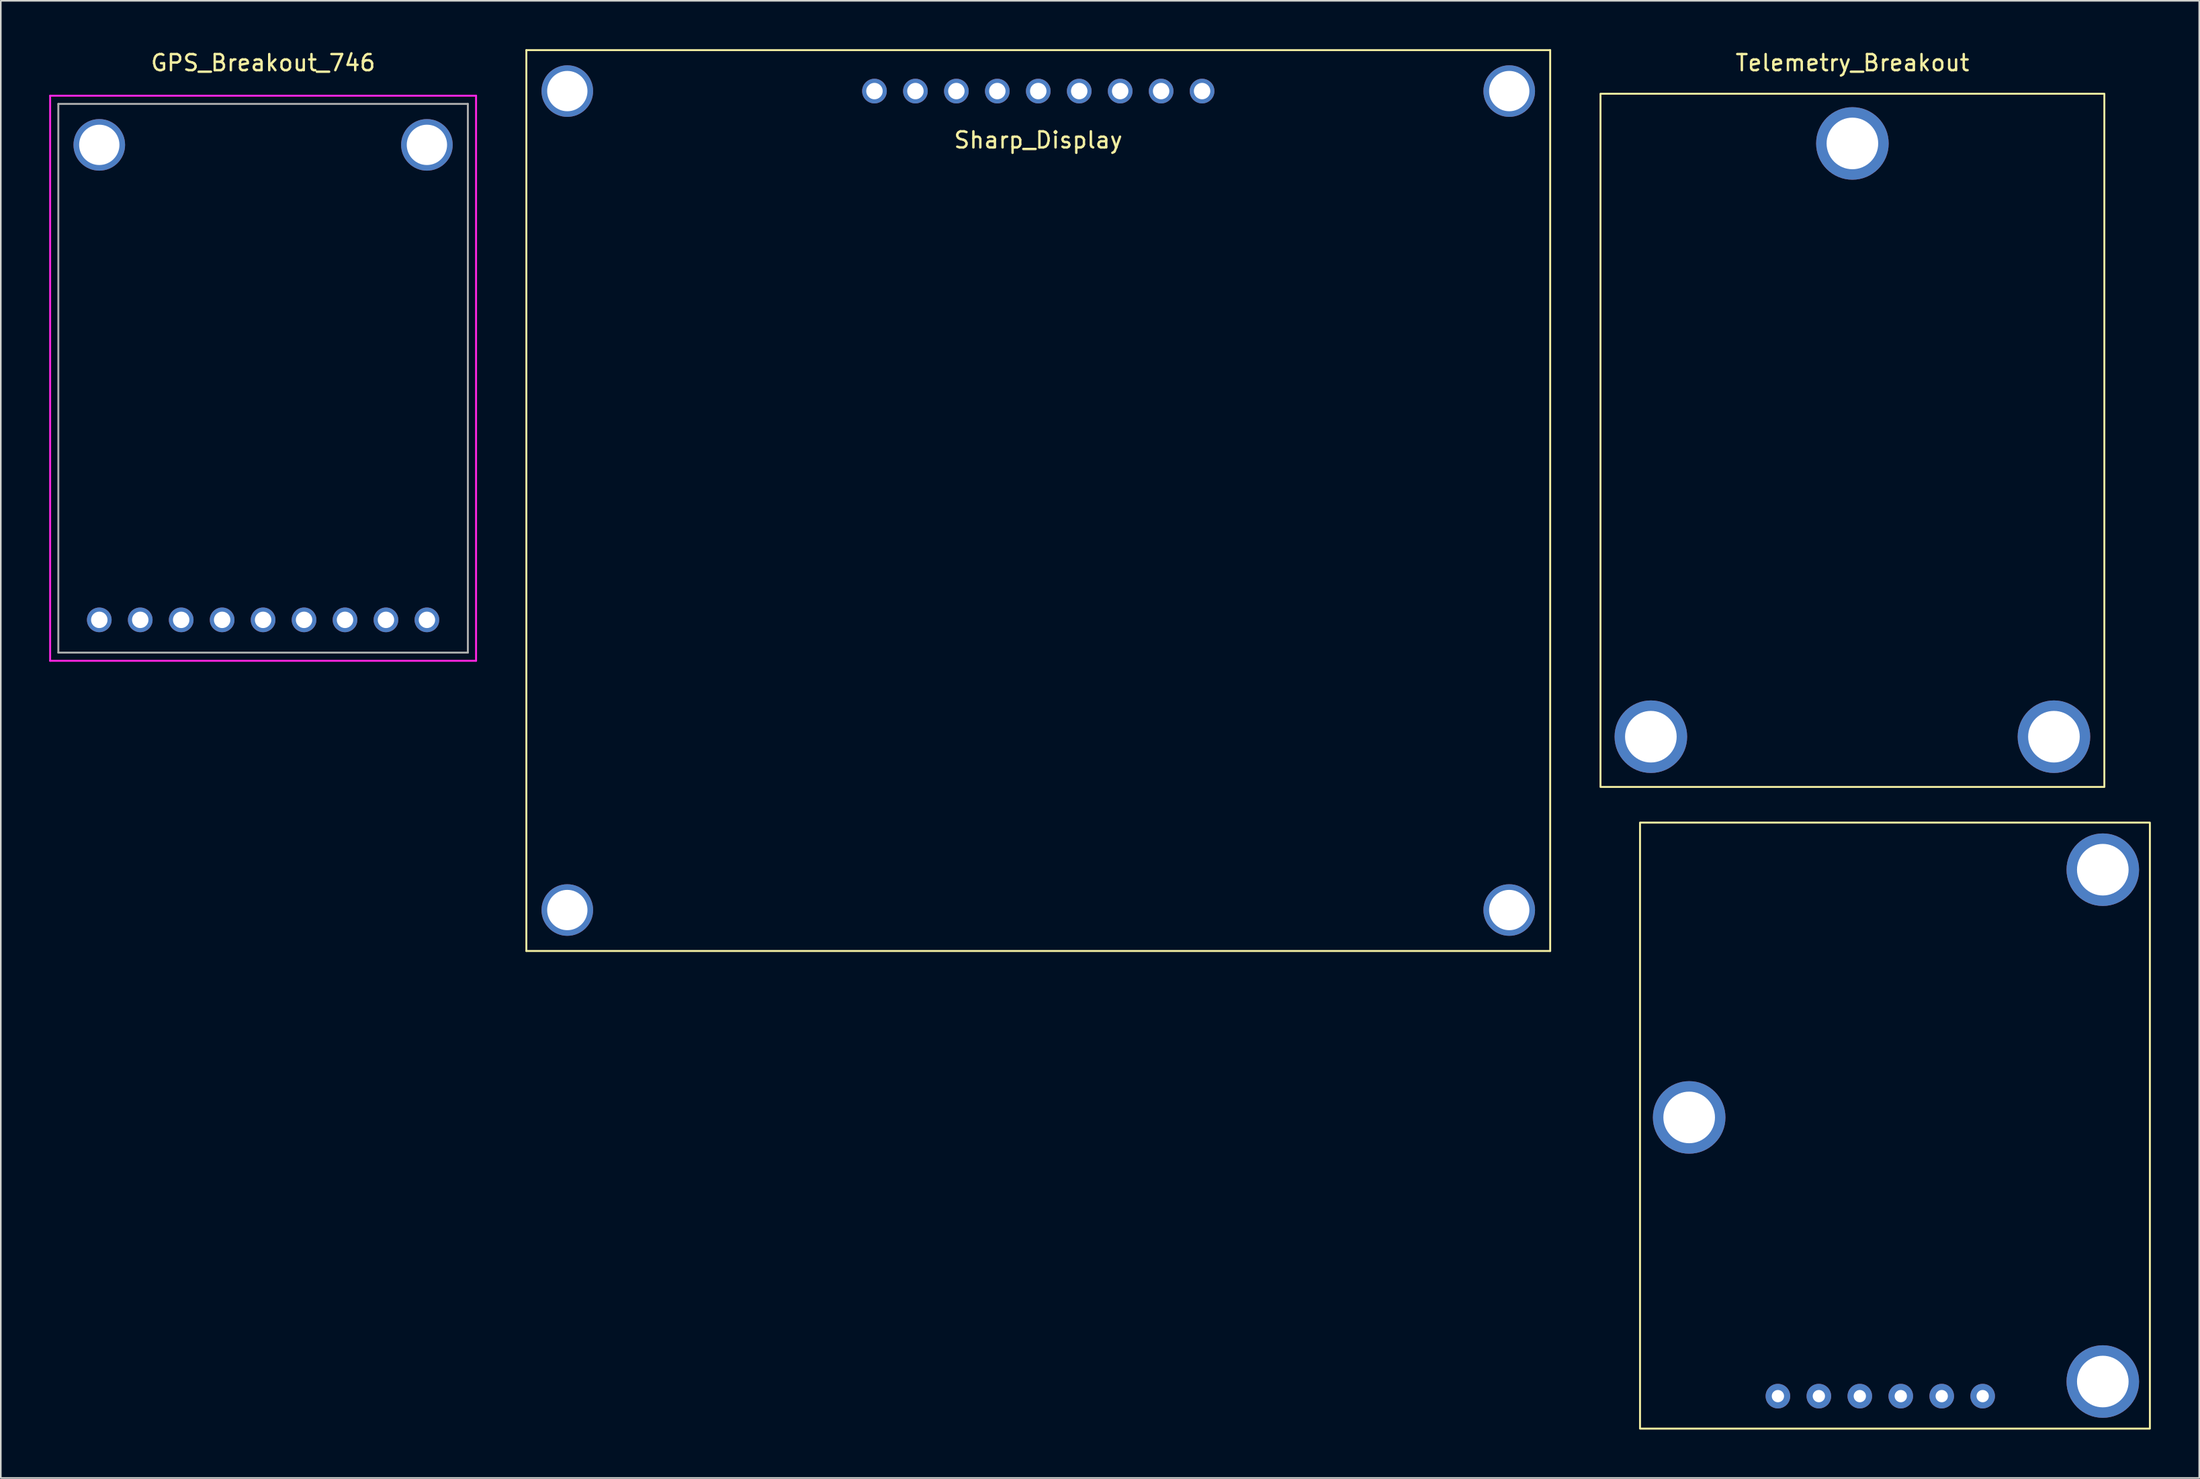
<source format=kicad_pcb>
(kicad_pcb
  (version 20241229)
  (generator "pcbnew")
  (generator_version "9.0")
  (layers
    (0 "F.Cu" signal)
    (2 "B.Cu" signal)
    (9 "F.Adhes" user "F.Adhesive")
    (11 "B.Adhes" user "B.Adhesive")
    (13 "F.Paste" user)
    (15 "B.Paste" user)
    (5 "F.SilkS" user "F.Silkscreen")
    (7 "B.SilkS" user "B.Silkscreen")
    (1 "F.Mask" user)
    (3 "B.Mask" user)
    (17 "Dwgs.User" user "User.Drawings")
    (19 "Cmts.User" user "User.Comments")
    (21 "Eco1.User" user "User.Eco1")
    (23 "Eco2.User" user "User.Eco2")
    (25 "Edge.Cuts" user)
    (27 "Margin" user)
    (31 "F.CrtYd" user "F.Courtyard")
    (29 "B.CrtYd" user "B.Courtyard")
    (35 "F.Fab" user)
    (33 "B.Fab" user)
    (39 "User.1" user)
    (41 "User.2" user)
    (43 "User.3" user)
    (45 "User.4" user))
  (footprint "Telemetry_Breakout"
    (layer "F.Cu")
    (at 111.84 5.848)
    (property "Reference" "Telemetry_Breakout" (at 0.001 -5 180) (layer "F.SilkS") (effects (font (size 1 1) (thickness 0.15))))
    (attr through_hole)
    (fp_rect (start -15.624 39.917) (end 15.626 -3.083) (stroke (width 0.12) (type solid)) (fill no) (layer "F.SilkS"))
    (fp_rect (start -13.172 79.721) (end 18.451 42.129) (stroke (width 0.12) (type solid)) (fill no) (layer "F.SilkS"))
    (pad "" thru_hole circle (at -12.5 36.8 90) (size 4.5 4.5) (drill 3.2) (layers "*.Cu" "*.Mask"))
    (pad "" thru_hole circle (at -10.124 60.417 90) (size 4.5 4.5) (drill 3.2) (layers "*.Cu" "*.Mask"))
    (pad "" thru_hole circle (at 0 0 90) (size 4.5 4.5) (drill 3.2) (layers "*.Cu" "*.Mask"))
    (pad "" thru_hole circle (at 12.5 36.8 90) (size 4.5 4.5) (drill 3.2) (layers "*.Cu" "*.Mask"))
    (pad "" thru_hole circle (at 15.53 45.05 90) (size 4.5 4.5) (drill 3.2) (layers "*.Cu" "*.Mask"))
    (pad "" thru_hole circle (at 15.53 76.8 90) (size 4.5 4.5) (drill 3.2) (layers "*.Cu" "*.Mask"))
    (pad "1" thru_hole circle (at -4.62 77.705 90) (size 1.524 1.524) (drill 0.762) (layers "*.Cu" "*.Mask"))
    (pad "2" thru_hole circle (at -2.08 77.705 90) (size 1.524 1.524) (drill 0.762) (layers "*.Cu" "*.Mask"))
    (pad "3" thru_hole circle (at 0.46 77.705 90) (size 1.524 1.524) (drill 0.762) (layers "*.Cu" "*.Mask"))
    (pad "4" thru_hole circle (at 3 77.705 90) (size 1.524 1.524) (drill 0.762) (layers "*.Cu" "*.Mask"))
    (pad "5" thru_hole circle (at 5.54 77.705 90) (size 1.524 1.524) (drill 0.762) (layers "*.Cu" "*.Mask"))
    (pad "6" thru_hole circle (at 8.08 77.705 90) (size 1.524 1.524) (drill 0.762) (layers "*.Cu" "*.Mask")))
  (footprint "Sharp_Display"
    (layer "F.Cu")
    (at 71.506 2.6)
    (property "Reference" "Sharp_Display" (at -10.16 3.04 0) (layer "F.SilkS") (effects (font (size 1 1) (thickness 0.15))))
    (attr through_hole)
    (fp_line (start -41.91 -2.54) (end 21.59 -2.54) (stroke (width 0.12) (type solid)) (layer "F.SilkS"))
    (fp_line (start -41.91 53.34) (end -41.91 -2.54) (stroke (width 0.12) (type solid)) (layer "F.SilkS"))
    (fp_line (start 21.59 -2.54) (end 21.59 53.34) (stroke (width 0.12) (type solid)) (layer "F.SilkS"))
    (fp_line (start 21.59 53.34) (end -41.91 53.34) (stroke (width 0.12) (type solid)) (layer "F.SilkS"))
    (pad "" thru_hole circle (at -39.37 0) (size 3.2 3.2) (drill 2.5) (layers "*.Cu" "*.Mask"))
    (pad "" thru_hole circle (at -39.37 50.8) (size 3.2 3.2) (drill 2.5) (layers "*.Cu" "*.Mask"))
    (pad "" thru_hole circle (at 19.05 0) (size 3.2 3.2) (drill 2.5) (layers "*.Cu" "*.Mask"))
    (pad "" thru_hole circle (at 19.05 50.8) (size 3.2 3.2) (drill 2.5) (layers "*.Cu" "*.Mask"))
    (pad "1" thru_hole circle (at -20.32 0 180) (size 1.53 1.53) (drill 1.02) (layers "*.Cu" "*.Mask"))
    (pad "2" thru_hole circle (at -17.78 0 180) (size 1.53 1.53) (drill 1.02) (layers "*.Cu" "*.Mask"))
    (pad "3" thru_hole circle (at -15.24 0 180) (size 1.53 1.53) (drill 1.02) (layers "*.Cu" "*.Mask"))
    (pad "4" thru_hole circle (at -12.7 0 180) (size 1.53 1.53) (drill 1.02) (layers "*.Cu" "*.Mask"))
    (pad "5" thru_hole circle (at -10.16 0 180) (size 1.53 1.53) (drill 1.02) (layers "*.Cu" "*.Mask"))
    (pad "6" thru_hole circle (at -7.62 0 180) (size 1.53 1.53) (drill 1.02) (layers "*.Cu" "*.Mask"))
    (pad "7" thru_hole circle (at -5.08 0 180) (size 1.53 1.53) (drill 1.02) (layers "*.Cu" "*.Mask"))
    (pad "8" thru_hole circle (at -2.54 0 180) (size 1.53 1.53) (drill 1.02) (layers "*.Cu" "*.Mask"))
    (pad "9" thru_hole circle (at 0 0 180) (size 1.53 1.53) (drill 1.02) (layers "*.Cu" "*.Mask")))
  (footprint "GPS_Breakout_746"
    (layer "F.Cu")
    (at 13.268 0.348)
    (property "Reference" "GPS_Breakout_746" (at 0 0.5 0) (layer "F.SilkS") (effects (font (size 1 1) (thickness 0.15))))
    (attr through_hole)
    (fp_line (start -13.208 2.54) (end 13.208 2.54) (stroke (width 0.12) (type solid)) (layer "F.CrtYd"))
    (fp_line (start -13.208 37.592) (end -13.208 2.54) (stroke (width 0.12) (type solid)) (layer "F.CrtYd"))
    (fp_line (start 13.208 2.54) (end 13.208 37.592) (stroke (width 0.12) (type solid)) (layer "F.CrtYd"))
    (fp_line (start 13.208 37.592) (end -13.208 37.592) (stroke (width 0.12) (type solid)) (layer "F.CrtYd"))
    (fp_line (start -12.7 3.048) (end 12.7 3.048) (stroke (width 0.12) (type solid)) (layer "F.Fab"))
    (fp_line (start -12.7 37.084) (end -12.7 3.048) (stroke (width 0.12) (type solid)) (layer "F.Fab"))
    (fp_line (start 12.7 3.048) (end 12.7 37.084) (stroke (width 0.12) (type solid)) (layer "F.Fab"))
    (fp_line (start 12.7 37.084) (end -12.7 37.084) (stroke (width 0.12) (type solid)) (layer "F.Fab"))
    (pad "" thru_hole circle (at -10.16 5.588) (size 3.2 3.2) (drill 2.5) (layers "*.Cu" "*.Mask"))
    (pad "" thru_hole circle (at 10.16 5.588) (size 3.2 3.2) (drill 2.5) (layers "*.Cu" "*.Mask"))
    (pad "1" thru_hole circle (at 10.16 35.052) (size 1.53 1.53) (drill 1.02) (layers "*.Cu" "*.Mask"))
    (pad "2" thru_hole circle (at 7.62 35.052) (size 1.53 1.53) (drill 1.02) (layers "*.Cu" "*.Mask"))
    (pad "3" thru_hole circle (at 5.08 35.052) (size 1.53 1.53) (drill 1.02) (layers "*.Cu" "*.Mask"))
    (pad "4" thru_hole circle (at 2.54 35.052) (size 1.53 1.53) (drill 1.02) (layers "*.Cu" "*.Mask"))
    (pad "5" thru_hole circle (at 0 35.052) (size 1.53 1.53) (drill 1.02) (layers "*.Cu" "*.Mask"))
    (pad "6" thru_hole circle (at -2.54 35.052) (size 1.53 1.53) (drill 1.02) (layers "*.Cu" "*.Mask"))
    (pad "7" thru_hole circle (at -5.08 35.052) (size 1.53 1.53) (drill 1.02) (layers "*.Cu" "*.Mask"))
    (pad "8" thru_hole circle (at -7.62 35.052) (size 1.53 1.53) (drill 1.02) (layers "*.Cu" "*.Mask"))
    (pad "9" thru_hole circle (at -10.16 35.052) (size 1.53 1.53) (drill 1.02) (layers "*.Cu" "*.Mask")))
  (gr_rect
    (start -3 -3)
    (end 133.351 88.629)
    (stroke (width 0.1) (type default))
    (fill no)
    (layer "Edge.Cuts")))
</source>
